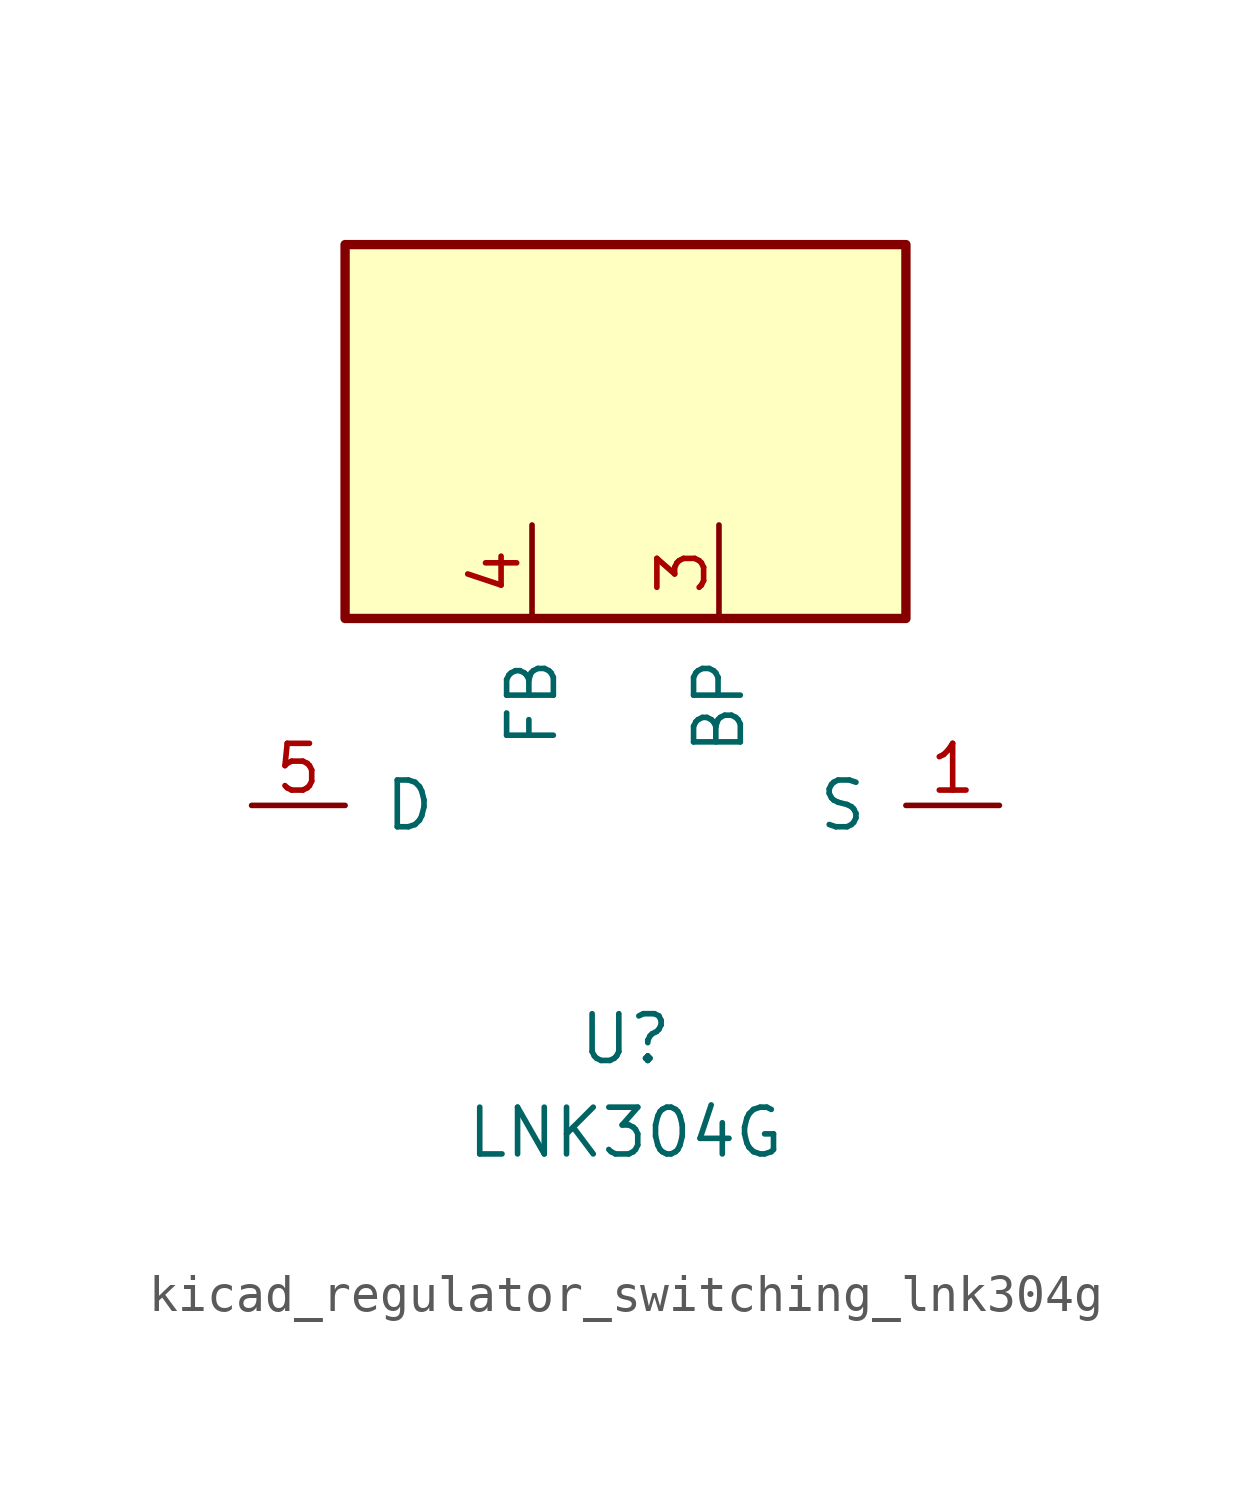
<source format=kicad_sym>
(kicad_symbol_lib
  (version 20220914)
  (generator kicad_symbol_editor)
  (symbol "kicad_regulator_switching_lnk304g"
    (pin_names
      (offset 1.016))
    (property "Reference" "U"
      (at 0 -6.35 0)
      (effects (font (size 1.27 1.27))))
    (property "Value" "LNK304G"
      (at 0 -8.89 0)
      (effects (font (size 1.27 1.27))))
    (symbol "kicad_regulator_switching_lnk304g_0_1"
      (rectangle (start 7.62 15.24) (end -7.62 5.08) (stroke (width 0.254) (type default)) (fill (type background))))
    (symbol "kicad_regulator_switching_lnk304g_1_1"
      (pin power_in line (at 10.16 0 180) (length 2.54) (name "S" (effects (font (size 1.27 1.27)))) (number "1" (effects (font (size 1.27 1.27)))))
      (pin passive line (at 10.16 0 180) (length 2.54) hide (name "S" (effects (font (size 1.27 1.27)))) (number "2" (effects (font (size 1.27 1.27)))))
      (pin input line (at 2.54 7.62 270) (length 2.54) (name "BP" (effects (font (size 1.27 1.27)))) (number "3" (effects (font (size 1.27 1.27)))))
      (pin input line (at -2.54 7.62 270) (length 2.54) (name "FB" (effects (font (size 1.27 1.27)))) (number "4" (effects (font (size 1.27 1.27)))))
      (pin open_collector line (at -10.16 0 0) (length 2.54) (name "D" (effects (font (size 1.27 1.27)))) (number "5" (effects (font (size 1.27 1.27)))))
      (pin passive line (at 10.16 0 180) (length 2.54) hide (name "S" (effects (font (size 1.27 1.27)))) (number "7" (effects (font (size 1.27 1.27)))))
      (pin passive line (at 10.16 0 180) (length 2.54) hide (name "S" (effects (font (size 1.27 1.27)))) (number "8" (effects (font (size 1.27 1.27))))))))
</source>
